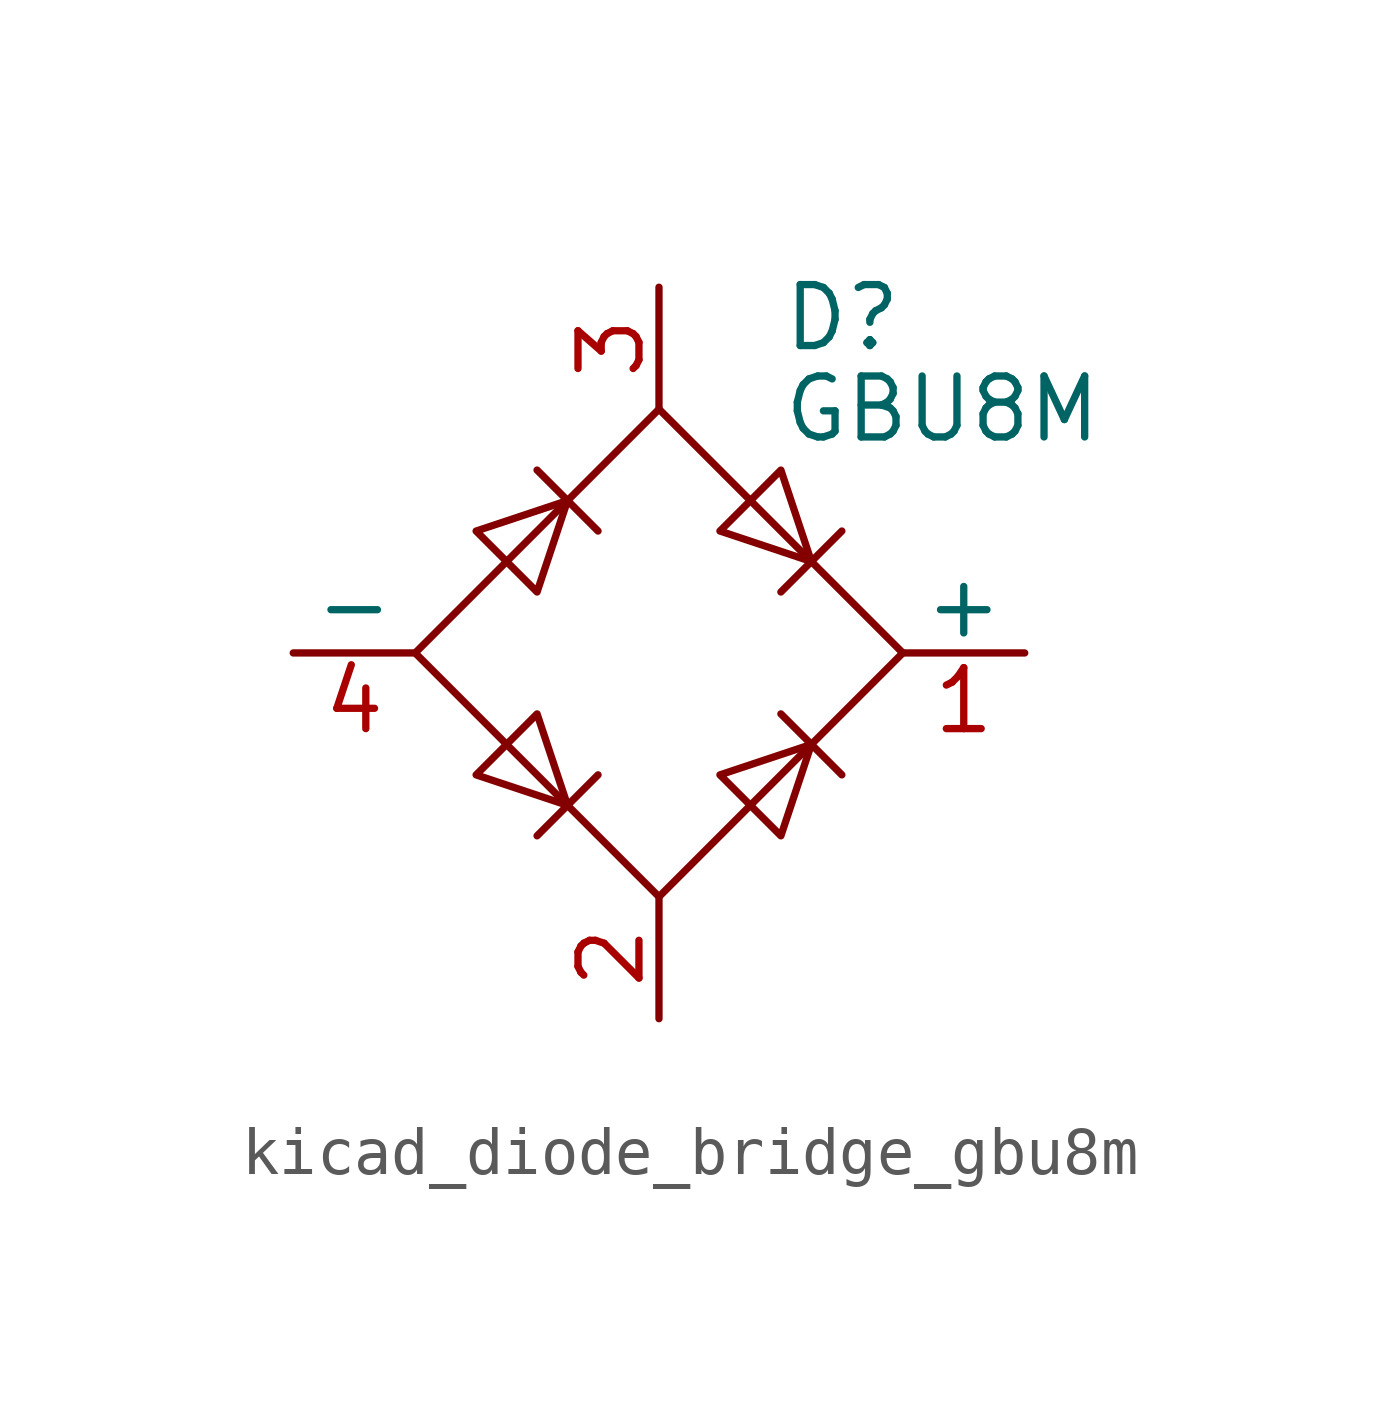
<source format=kicad_sym>
(kicad_symbol_lib
  (version 20220914)
  (generator kicad_symbol_editor)
  (symbol "kicad_diode_bridge_gbu8m"
    (pin_names
      (offset 0))
    (property "Reference" "D"
      (at 2.54 6.985 0)
      (effects (font (size 1.27 1.27)) (justify left)))
    (property "Value" "GBU8M"
      (at 2.54 5.08 0)
      (effects (font (size 1.27 1.27)) (justify left)))
    (symbol "kicad_diode_bridge_gbu8m_0_1"
      (polyline (pts (xy -2.54 3.81) (xy -1.27 2.54)) (stroke (width 0) (type default)) (fill (type none)))
      (polyline (pts (xy -1.27 -2.54) (xy -2.54 -3.81)) (stroke (width 0) (type default)) (fill (type none)))
      (polyline (pts (xy 2.54 -1.27) (xy 3.81 -2.54)) (stroke (width 0) (type default)) (fill (type none)))
      (polyline (pts (xy 2.54 1.27) (xy 3.81 2.54)) (stroke (width 0) (type default)) (fill (type none)))
      (polyline (pts (xy -3.81 2.54) (xy -2.54 1.27) (xy -1.905 3.175) (xy -3.81 2.54)) (stroke (width 0) (type default)) (fill (type none)))
      (polyline (pts (xy -2.54 -1.27) (xy -3.81 -2.54) (xy -1.905 -3.175) (xy -2.54 -1.27)) (stroke (width 0) (type default)) (fill (type none)))
      (polyline (pts (xy 1.27 2.54) (xy 2.54 3.81) (xy 3.175 1.905) (xy 1.27 2.54)) (stroke (width 0) (type default)) (fill (type none)))
      (polyline (pts (xy 3.175 -1.905) (xy 1.27 -2.54) (xy 2.54 -3.81) (xy 3.175 -1.905)) (stroke (width 0) (type default)) (fill (type none)))
      (polyline (pts (xy -5.08 0) (xy 0 -5.08) (xy 5.08 0) (xy 0 5.08) (xy -5.08 0)) (stroke (width 0) (type default)) (fill (type none))))
    (symbol "kicad_diode_bridge_gbu8m_1_1"
      (pin passive line (at 7.62 0 180) (length 2.54) (name "+" (effects (font (size 1.27 1.27)))) (number "1" (effects (font (size 1.27 1.27)))))
      (pin passive line (at 0 -7.62 90) (length 2.54) (name "~" (effects (font (size 1.27 1.27)))) (number "2" (effects (font (size 1.27 1.27)))))
      (pin passive line (at 0 7.62 270) (length 2.54) (name "~" (effects (font (size 1.27 1.27)))) (number "3" (effects (font (size 1.27 1.27)))))
      (pin passive line (at -7.62 0 0) (length 2.54) (name "-" (effects (font (size 1.27 1.27)))) (number "4" (effects (font (size 1.27 1.27))))))))
</source>
